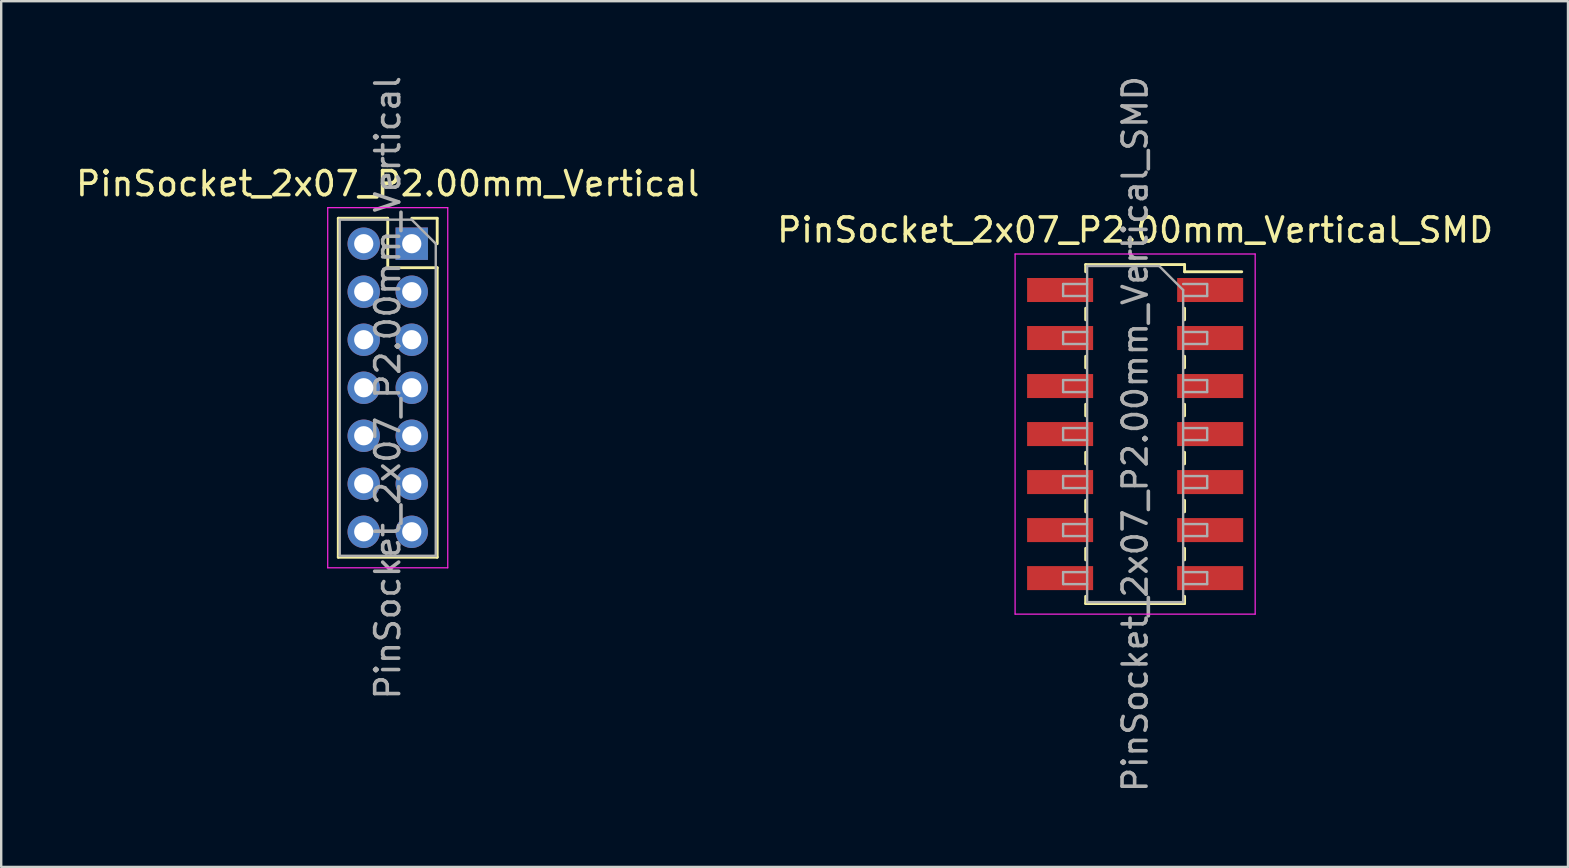
<source format=kicad_pcb>
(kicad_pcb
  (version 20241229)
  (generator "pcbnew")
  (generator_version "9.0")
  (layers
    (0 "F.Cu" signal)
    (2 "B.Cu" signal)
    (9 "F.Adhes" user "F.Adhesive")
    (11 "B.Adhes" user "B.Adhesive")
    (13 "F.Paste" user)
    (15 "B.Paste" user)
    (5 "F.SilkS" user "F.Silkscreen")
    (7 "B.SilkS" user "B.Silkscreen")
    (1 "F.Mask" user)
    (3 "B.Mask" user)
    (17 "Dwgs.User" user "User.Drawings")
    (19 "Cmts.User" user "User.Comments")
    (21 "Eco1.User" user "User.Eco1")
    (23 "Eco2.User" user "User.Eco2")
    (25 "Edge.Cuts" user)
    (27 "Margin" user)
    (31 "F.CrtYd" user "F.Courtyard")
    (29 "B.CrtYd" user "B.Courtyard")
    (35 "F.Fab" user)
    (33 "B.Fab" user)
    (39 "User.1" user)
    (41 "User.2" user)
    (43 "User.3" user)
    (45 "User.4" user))
  (footprint "PinSocket_2x07_P2.00mm_Vertical"
    (layer "F.Cu")
    (at 14.101 7.101)
    (property "Reference" "PinSocket_2x07_P2.00mm_Vertical" (at -1 -2.5 0) (layer "F.SilkS") (effects (font (size 1 1) (thickness 0.15))))
    (attr through_hole)
    (fp_line (start -3.06 -1.06) (end -3.06 13.06) (stroke (width 0.12) (type solid)) (layer "F.SilkS"))
    (fp_line (start -3.06 -1.06) (end -1 -1.06) (stroke (width 0.12) (type solid)) (layer "F.SilkS"))
    (fp_line (start -3.06 13.06) (end 1.06 13.06) (stroke (width 0.12) (type solid)) (layer "F.SilkS"))
    (fp_line (start -1 -1.06) (end -1 1) (stroke (width 0.12) (type solid)) (layer "F.SilkS"))
    (fp_line (start -1 1) (end 1.06 1) (stroke (width 0.12) (type solid)) (layer "F.SilkS"))
    (fp_line (start 0 -1.06) (end 1.06 -1.06) (stroke (width 0.12) (type solid)) (layer "F.SilkS"))
    (fp_line (start 1.06 -1.06) (end 1.06 0) (stroke (width 0.12) (type solid)) (layer "F.SilkS"))
    (fp_line (start 1.06 1) (end 1.06 13.06) (stroke (width 0.12) (type solid)) (layer "F.SilkS"))
    (fp_line (start -3.5 -1.5) (end 1.5 -1.5) (stroke (width 0.05) (type solid)) (layer "F.CrtYd"))
    (fp_line (start -3.5 13.5) (end -3.5 -1.5) (stroke (width 0.05) (type solid)) (layer "F.CrtYd"))
    (fp_line (start 1.5 -1.5) (end 1.5 13.5) (stroke (width 0.05) (type solid)) (layer "F.CrtYd"))
    (fp_line (start 1.5 13.5) (end -3.5 13.5) (stroke (width 0.05) (type solid)) (layer "F.CrtYd"))
    (fp_line (start -3 -1) (end 0 -1) (stroke (width 0.1) (type solid)) (layer "F.Fab"))
    (fp_line (start -3 13) (end -3 -1) (stroke (width 0.1) (type solid)) (layer "F.Fab"))
    (fp_line (start 0 -1) (end 1 0) (stroke (width 0.1) (type solid)) (layer "F.Fab"))
    (fp_line (start 1 0) (end 1 13) (stroke (width 0.1) (type solid)) (layer "F.Fab"))
    (fp_line (start 1 13) (end -3 13) (stroke (width 0.1) (type solid)) (layer "F.Fab"))
    (fp_text user "${REFERENCE}" (at -1 6 90) (layer "F.Fab") (effects (font (size 1 1) (thickness 0.15))))
    (pad "1" thru_hole rect (at 0 0) (size 1.35 1.35) (drill 0.8) (layers "*.Cu" "*.Mask"))
    (pad "2" thru_hole oval (at -2 0) (size 1.35 1.35) (drill 0.8) (layers "*.Cu" "*.Mask"))
    (pad "3" thru_hole oval (at 0 2) (size 1.35 1.35) (drill 0.8) (layers "*.Cu" "*.Mask"))
    (pad "4" thru_hole oval (at -2 2) (size 1.35 1.35) (drill 0.8) (layers "*.Cu" "*.Mask"))
    (pad "5" thru_hole oval (at 0 4) (size 1.35 1.35) (drill 0.8) (layers "*.Cu" "*.Mask"))
    (pad "6" thru_hole oval (at -2 4) (size 1.35 1.35) (drill 0.8) (layers "*.Cu" "*.Mask"))
    (pad "7" thru_hole oval (at 0 6) (size 1.35 1.35) (drill 0.8) (layers "*.Cu" "*.Mask"))
    (pad "8" thru_hole oval (at -2 6) (size 1.35 1.35) (drill 0.8) (layers "*.Cu" "*.Mask"))
    (pad "9" thru_hole oval (at 0 8) (size 1.35 1.35) (drill 0.8) (layers "*.Cu" "*.Mask"))
    (pad "10" thru_hole oval (at -2 8) (size 1.35 1.35) (drill 0.8) (layers "*.Cu" "*.Mask"))
    (pad "11" thru_hole oval (at 0 10) (size 1.35 1.35) (drill 0.8) (layers "*.Cu" "*.Mask"))
    (pad "12" thru_hole oval (at -2 10) (size 1.35 1.35) (drill 0.8) (layers "*.Cu" "*.Mask"))
    (pad "13" thru_hole oval (at 0 12) (size 1.35 1.35) (drill 0.8) (layers "*.Cu" "*.Mask"))
    (pad "14" thru_hole oval (at -2 12) (size 1.35 1.35) (drill 0.8) (layers "*.Cu" "*.Mask")))
  (footprint "PinSocket_2x07_P2.00mm_Vertical_SMD"
    (layer "F.Cu")
    (at 44.232 15.03)
    (property "Reference" "PinSocket_2x07_P2.00mm_Vertical_SMD" (at 0 -8.5 0) (layer "F.SilkS") (effects (font (size 1 1) (thickness 0.15))))
    (attr smd)
    (fp_line (start -2.06 -7.06) (end -2.06 -6.76) (stroke (width 0.12) (type solid)) (layer "F.SilkS"))
    (fp_line (start -2.06 -7.06) (end 2.06 -7.06) (stroke (width 0.12) (type solid)) (layer "F.SilkS"))
    (fp_line (start -2.06 -5.24) (end -2.06 -4.76) (stroke (width 0.12) (type solid)) (layer "F.SilkS"))
    (fp_line (start -2.06 -3.24) (end -2.06 -2.76) (stroke (width 0.12) (type solid)) (layer "F.SilkS"))
    (fp_line (start -2.06 -1.24) (end -2.06 -0.76) (stroke (width 0.12) (type solid)) (layer "F.SilkS"))
    (fp_line (start -2.06 0.76) (end -2.06 1.24) (stroke (width 0.12) (type solid)) (layer "F.SilkS"))
    (fp_line (start -2.06 2.76) (end -2.06 3.24) (stroke (width 0.12) (type solid)) (layer "F.SilkS"))
    (fp_line (start -2.06 4.76) (end -2.06 5.24) (stroke (width 0.12) (type solid)) (layer "F.SilkS"))
    (fp_line (start -2.06 6.76) (end -2.06 7.06) (stroke (width 0.12) (type solid)) (layer "F.SilkS"))
    (fp_line (start -2.06 7.06) (end 2.06 7.06) (stroke (width 0.12) (type solid)) (layer "F.SilkS"))
    (fp_line (start 2.06 -7.06) (end 2.06 -6.76) (stroke (width 0.12) (type solid)) (layer "F.SilkS"))
    (fp_line (start 2.06 -6.76) (end 4.44 -6.76) (stroke (width 0.12) (type solid)) (layer "F.SilkS"))
    (fp_line (start 2.06 -5.24) (end 2.06 -4.76) (stroke (width 0.12) (type solid)) (layer "F.SilkS"))
    (fp_line (start 2.06 -3.24) (end 2.06 -2.76) (stroke (width 0.12) (type solid)) (layer "F.SilkS"))
    (fp_line (start 2.06 -1.24) (end 2.06 -0.76) (stroke (width 0.12) (type solid)) (layer "F.SilkS"))
    (fp_line (start 2.06 0.76) (end 2.06 1.24) (stroke (width 0.12) (type solid)) (layer "F.SilkS"))
    (fp_line (start 2.06 2.76) (end 2.06 3.24) (stroke (width 0.12) (type solid)) (layer "F.SilkS"))
    (fp_line (start 2.06 4.76) (end 2.06 5.24) (stroke (width 0.12) (type solid)) (layer "F.SilkS"))
    (fp_line (start 2.06 6.76) (end 2.06 7.06) (stroke (width 0.12) (type solid)) (layer "F.SilkS"))
    (fp_line (start -5 -7.5) (end 5 -7.5) (stroke (width 0.05) (type solid)) (layer "F.CrtYd"))
    (fp_line (start -5 7.5) (end -5 -7.5) (stroke (width 0.05) (type solid)) (layer "F.CrtYd"))
    (fp_line (start 5 -7.5) (end 5 7.5) (stroke (width 0.05) (type solid)) (layer "F.CrtYd"))
    (fp_line (start 5 7.5) (end -5 7.5) (stroke (width 0.05) (type solid)) (layer "F.CrtYd"))
    (fp_line (start -3 -6.25) (end -2 -6.25) (stroke (width 0.1) (type solid)) (layer "F.Fab"))
    (fp_line (start -3 -5.75) (end -3 -6.25) (stroke (width 0.1) (type solid)) (layer "F.Fab"))
    (fp_line (start -3 -4.25) (end -2 -4.25) (stroke (width 0.1) (type solid)) (layer "F.Fab"))
    (fp_line (start -3 -3.75) (end -3 -4.25) (stroke (width 0.1) (type solid)) (layer "F.Fab"))
    (fp_line (start -3 -2.25) (end -2 -2.25) (stroke (width 0.1) (type solid)) (layer "F.Fab"))
    (fp_line (start -3 -1.75) (end -3 -2.25) (stroke (width 0.1) (type solid)) (layer "F.Fab"))
    (fp_line (start -3 -0.25) (end -2 -0.25) (stroke (width 0.1) (type solid)) (layer "F.Fab"))
    (fp_line (start -3 0.25) (end -3 -0.25) (stroke (width 0.1) (type solid)) (layer "F.Fab"))
    (fp_line (start -3 1.75) (end -2 1.75) (stroke (width 0.1) (type solid)) (layer "F.Fab"))
    (fp_line (start -3 2.25) (end -3 1.75) (stroke (width 0.1) (type solid)) (layer "F.Fab"))
    (fp_line (start -3 3.75) (end -2 3.75) (stroke (width 0.1) (type solid)) (layer "F.Fab"))
    (fp_line (start -3 4.25) (end -3 3.75) (stroke (width 0.1) (type solid)) (layer "F.Fab"))
    (fp_line (start -3 5.75) (end -2 5.75) (stroke (width 0.1) (type solid)) (layer "F.Fab"))
    (fp_line (start -3 6.25) (end -3 5.75) (stroke (width 0.1) (type solid)) (layer "F.Fab"))
    (fp_line (start -2 -7) (end 1 -7) (stroke (width 0.1) (type solid)) (layer "F.Fab"))
    (fp_line (start -2 -5.75) (end -3 -5.75) (stroke (width 0.1) (type solid)) (layer "F.Fab"))
    (fp_line (start -2 -3.75) (end -3 -3.75) (stroke (width 0.1) (type solid)) (layer "F.Fab"))
    (fp_line (start -2 -1.75) (end -3 -1.75) (stroke (width 0.1) (type solid)) (layer "F.Fab"))
    (fp_line (start -2 0.25) (end -3 0.25) (stroke (width 0.1) (type solid)) (layer "F.Fab"))
    (fp_line (start -2 2.25) (end -3 2.25) (stroke (width 0.1) (type solid)) (layer "F.Fab"))
    (fp_line (start -2 4.25) (end -3 4.25) (stroke (width 0.1) (type solid)) (layer "F.Fab"))
    (fp_line (start -2 6.25) (end -3 6.25) (stroke (width 0.1) (type solid)) (layer "F.Fab"))
    (fp_line (start -2 7) (end -2 -7) (stroke (width 0.1) (type solid)) (layer "F.Fab"))
    (fp_line (start 1 -7) (end 2 -6) (stroke (width 0.1) (type solid)) (layer "F.Fab"))
    (fp_line (start 2 -6.25) (end 3 -6.25) (stroke (width 0.1) (type solid)) (layer "F.Fab"))
    (fp_line (start 2 -6) (end 2 7) (stroke (width 0.1) (type solid)) (layer "F.Fab"))
    (fp_line (start 2 -4.25) (end 3 -4.25) (stroke (width 0.1) (type solid)) (layer "F.Fab"))
    (fp_line (start 2 -2.25) (end 3 -2.25) (stroke (width 0.1) (type solid)) (layer "F.Fab"))
    (fp_line (start 2 -0.25) (end 3 -0.25) (stroke (width 0.1) (type solid)) (layer "F.Fab"))
    (fp_line (start 2 1.75) (end 3 1.75) (stroke (width 0.1) (type solid)) (layer "F.Fab"))
    (fp_line (start 2 3.75) (end 3 3.75) (stroke (width 0.1) (type solid)) (layer "F.Fab"))
    (fp_line (start 2 5.75) (end 3 5.75) (stroke (width 0.1) (type solid)) (layer "F.Fab"))
    (fp_line (start 2 7) (end -2 7) (stroke (width 0.1) (type solid)) (layer "F.Fab"))
    (fp_line (start 3 -6.25) (end 3 -5.75) (stroke (width 0.1) (type solid)) (layer "F.Fab"))
    (fp_line (start 3 -5.75) (end 2 -5.75) (stroke (width 0.1) (type solid)) (layer "F.Fab"))
    (fp_line (start 3 -4.25) (end 3 -3.75) (stroke (width 0.1) (type solid)) (layer "F.Fab"))
    (fp_line (start 3 -3.75) (end 2 -3.75) (stroke (width 0.1) (type solid)) (layer "F.Fab"))
    (fp_line (start 3 -2.25) (end 3 -1.75) (stroke (width 0.1) (type solid)) (layer "F.Fab"))
    (fp_line (start 3 -1.75) (end 2 -1.75) (stroke (width 0.1) (type solid)) (layer "F.Fab"))
    (fp_line (start 3 -0.25) (end 3 0.25) (stroke (width 0.1) (type solid)) (layer "F.Fab"))
    (fp_line (start 3 0.25) (end 2 0.25) (stroke (width 0.1) (type solid)) (layer "F.Fab"))
    (fp_line (start 3 1.75) (end 3 2.25) (stroke (width 0.1) (type solid)) (layer "F.Fab"))
    (fp_line (start 3 2.25) (end 2 2.25) (stroke (width 0.1) (type solid)) (layer "F.Fab"))
    (fp_line (start 3 3.75) (end 3 4.25) (stroke (width 0.1) (type solid)) (layer "F.Fab"))
    (fp_line (start 3 4.25) (end 2 4.25) (stroke (width 0.1) (type solid)) (layer "F.Fab"))
    (fp_line (start 3 5.75) (end 3 6.25) (stroke (width 0.1) (type solid)) (layer "F.Fab"))
    (fp_line (start 3 6.25) (end 2 6.25) (stroke (width 0.1) (type solid)) (layer "F.Fab"))
    (fp_text user "${REFERENCE}" (at 0 0 90) (layer "F.Fab") (effects (font (size 1 1) (thickness 0.15))))
    (pad "1" smd rect (at 3.125 -6) (size 2.75 1) (layers "F.Cu" "F.Mask" "F.Paste"))
    (pad "2" smd rect (at -3.125 -6) (size 2.75 1) (layers "F.Cu" "F.Mask" "F.Paste"))
    (pad "3" smd rect (at 3.125 -4) (size 2.75 1) (layers "F.Cu" "F.Mask" "F.Paste"))
    (pad "4" smd rect (at -3.125 -4) (size 2.75 1) (layers "F.Cu" "F.Mask" "F.Paste"))
    (pad "5" smd rect (at 3.125 -2) (size 2.75 1) (layers "F.Cu" "F.Mask" "F.Paste"))
    (pad "6" smd rect (at -3.125 -2) (size 2.75 1) (layers "F.Cu" "F.Mask" "F.Paste"))
    (pad "7" smd rect (at 3.125 0) (size 2.75 1) (layers "F.Cu" "F.Mask" "F.Paste"))
    (pad "8" smd rect (at -3.125 0) (size 2.75 1) (layers "F.Cu" "F.Mask" "F.Paste"))
    (pad "9" smd rect (at 3.125 2) (size 2.75 1) (layers "F.Cu" "F.Mask" "F.Paste"))
    (pad "10" smd rect (at -3.125 2) (size 2.75 1) (layers "F.Cu" "F.Mask" "F.Paste"))
    (pad "11" smd rect (at 3.125 4) (size 2.75 1) (layers "F.Cu" "F.Mask" "F.Paste"))
    (pad "12" smd rect (at -3.125 4) (size 2.75 1) (layers "F.Cu" "F.Mask" "F.Paste"))
    (pad "13" smd rect (at 3.125 6) (size 2.75 1) (layers "F.Cu" "F.Mask" "F.Paste"))
    (pad "14" smd rect (at -3.125 6) (size 2.75 1) (layers "F.Cu" "F.Mask" "F.Paste")))
  (gr_rect
    (start -3 -3)
    (end 62.262 33.06)
    (stroke (width 0.1) (type default))
    (fill no)
    (layer "Edge.Cuts")))
</source>
